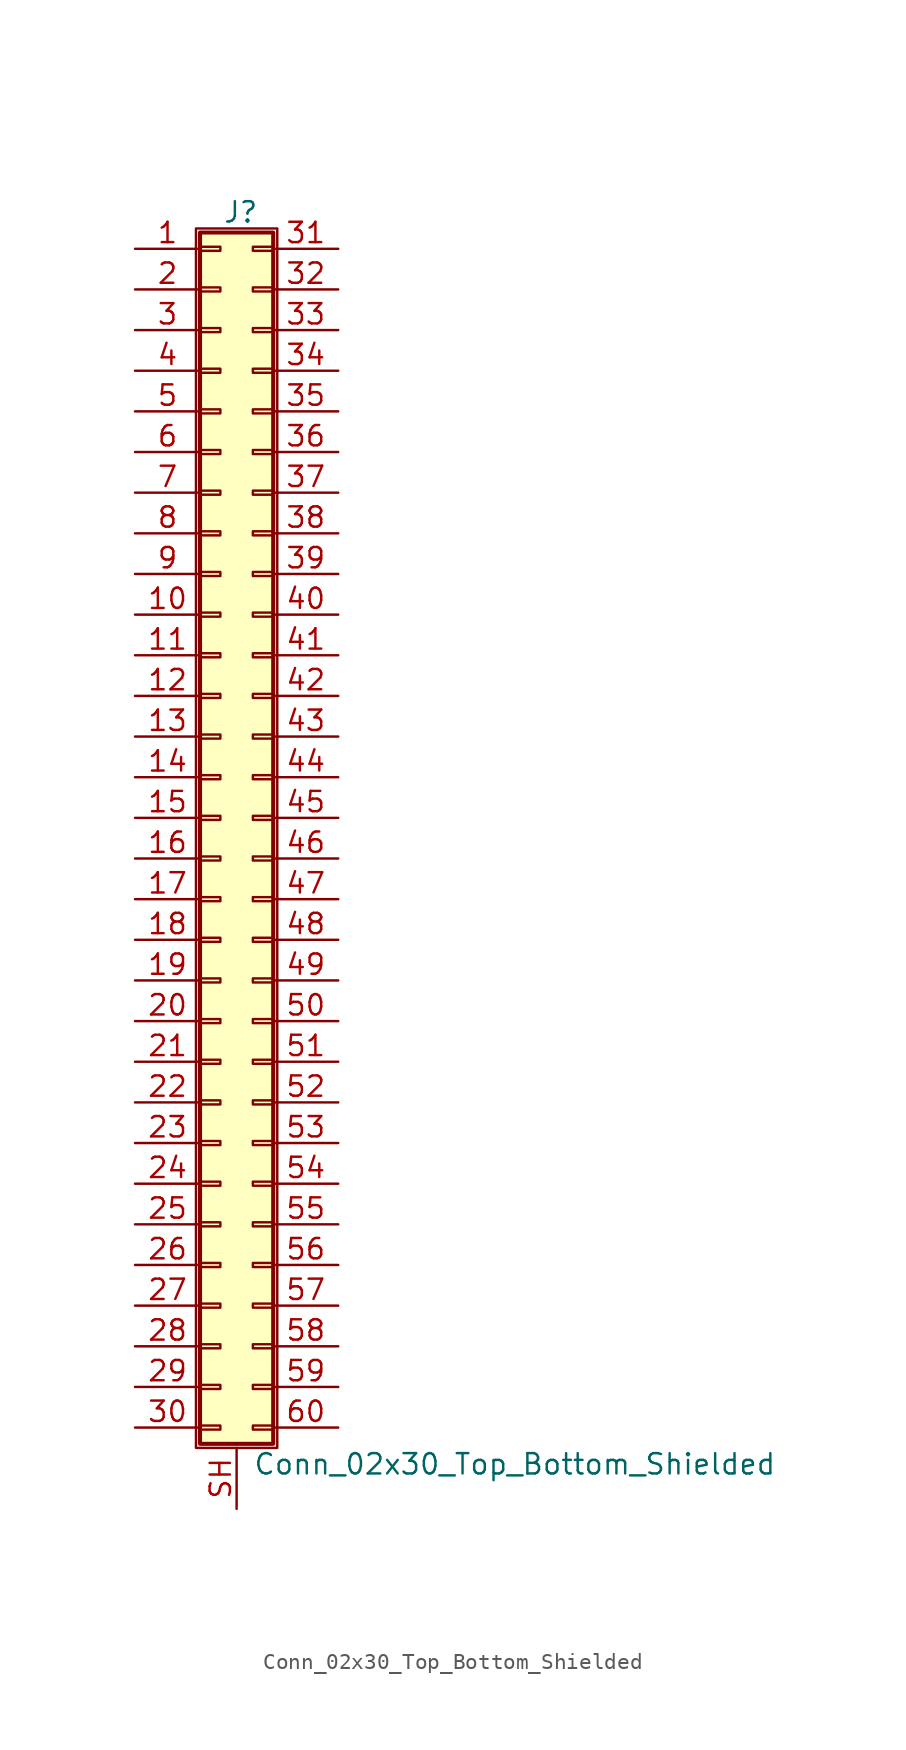
<source format=kicad_sym>
(kicad_symbol_lib
  (version 20220914)
  (generator kicad_symbol_editor)
  (symbol "Conn_02x30_Top_Bottom_Shielded"
    (pin_names
      (offset 1.016) hide)
    (property "Reference" "J"
      (at 1.524 37.846 0)
      (effects (font (size 1.27 1.27))))
    (property "Value" "Conn_02x30_Top_Bottom_Shielded"
      (at 2.286 -40.386 0)
      (effects (font (size 1.27 1.27)) (justify left)))
    (symbol "Conn_02x30_Top_Bottom_Shielded_1_1"
      (rectangle (start -1.27 36.83) (end 3.81 -39.37) (stroke (width 0.152) (type default)) (fill (type none)))
      (rectangle (start -1.016 -37.973) (end 0.254 -38.227) (stroke (width 0.152) (type default)) (fill (type none)))
      (rectangle (start -1.016 -35.433) (end 0.254 -35.687) (stroke (width 0.152) (type default)) (fill (type none)))
      (rectangle (start -1.016 -32.893) (end 0.254 -33.147) (stroke (width 0.152) (type default)) (fill (type none)))
      (rectangle (start -1.016 -30.353) (end 0.254 -30.607) (stroke (width 0.152) (type default)) (fill (type none)))
      (rectangle (start -1.016 -27.813) (end 0.254 -28.067) (stroke (width 0.152) (type default)) (fill (type none)))
      (rectangle (start -1.016 -25.273) (end 0.254 -25.527) (stroke (width 0.152) (type default)) (fill (type none)))
      (rectangle (start -1.016 -22.733) (end 0.254 -22.987) (stroke (width 0.152) (type default)) (fill (type none)))
      (rectangle (start -1.016 -20.193) (end 0.254 -20.447) (stroke (width 0.152) (type default)) (fill (type none)))
      (rectangle (start -1.016 -17.653) (end 0.254 -17.907) (stroke (width 0.152) (type default)) (fill (type none)))
      (rectangle (start -1.016 -15.113) (end 0.254 -15.367) (stroke (width 0.152) (type default)) (fill (type none)))
      (rectangle (start -1.016 -12.573) (end 0.254 -12.827) (stroke (width 0.152) (type default)) (fill (type none)))
      (rectangle (start -1.016 -10.033) (end 0.254 -10.287) (stroke (width 0.152) (type default)) (fill (type none)))
      (rectangle (start -1.016 -7.493) (end 0.254 -7.747) (stroke (width 0.152) (type default)) (fill (type none)))
      (rectangle (start -1.016 -4.953) (end 0.254 -5.207) (stroke (width 0.152) (type default)) (fill (type none)))
      (rectangle (start -1.016 -2.413) (end 0.254 -2.667) (stroke (width 0.152) (type default)) (fill (type none)))
      (rectangle (start -1.016 0.127) (end 0.254 -0.127) (stroke (width 0.152) (type default)) (fill (type none)))
      (rectangle (start -1.016 2.667) (end 0.254 2.413) (stroke (width 0.152) (type default)) (fill (type none)))
      (rectangle (start -1.016 5.207) (end 0.254 4.953) (stroke (width 0.152) (type default)) (fill (type none)))
      (rectangle (start -1.016 7.747) (end 0.254 7.493) (stroke (width 0.152) (type default)) (fill (type none)))
      (rectangle (start -1.016 10.287) (end 0.254 10.033) (stroke (width 0.152) (type default)) (fill (type none)))
      (rectangle (start -1.016 12.827) (end 0.254 12.573) (stroke (width 0.152) (type default)) (fill (type none)))
      (rectangle (start -1.016 15.367) (end 0.254 15.113) (stroke (width 0.152) (type default)) (fill (type none)))
      (rectangle (start -1.016 17.907) (end 0.254 17.653) (stroke (width 0.152) (type default)) (fill (type none)))
      (rectangle (start -1.016 20.447) (end 0.254 20.193) (stroke (width 0.152) (type default)) (fill (type none)))
      (rectangle (start -1.016 22.987) (end 0.254 22.733) (stroke (width 0.152) (type default)) (fill (type none)))
      (rectangle (start -1.016 25.527) (end 0.254 25.273) (stroke (width 0.152) (type default)) (fill (type none)))
      (rectangle (start -1.016 28.067) (end 0.254 27.813) (stroke (width 0.152) (type default)) (fill (type none)))
      (rectangle (start -1.016 30.607) (end 0.254 30.353) (stroke (width 0.152) (type default)) (fill (type none)))
      (rectangle (start -1.016 33.147) (end 0.254 32.893) (stroke (width 0.152) (type default)) (fill (type none)))
      (rectangle (start -1.016 35.687) (end 0.254 35.433) (stroke (width 0.152) (type default)) (fill (type none)))
      (rectangle (start -1.016 36.576) (end 3.556 -39.116) (stroke (width 0.254) (type default)) (fill (type background)))
      (rectangle (start 3.556 -37.973) (end 2.286 -38.227) (stroke (width 0.152) (type default)) (fill (type none)))
      (rectangle (start 3.556 -35.433) (end 2.286 -35.687) (stroke (width 0.152) (type default)) (fill (type none)))
      (rectangle (start 3.556 -32.893) (end 2.286 -33.147) (stroke (width 0.152) (type default)) (fill (type none)))
      (rectangle (start 3.556 -30.353) (end 2.286 -30.607) (stroke (width 0.152) (type default)) (fill (type none)))
      (rectangle (start 3.556 -27.813) (end 2.286 -28.067) (stroke (width 0.152) (type default)) (fill (type none)))
      (rectangle (start 3.556 -25.273) (end 2.286 -25.527) (stroke (width 0.152) (type default)) (fill (type none)))
      (rectangle (start 3.556 -22.733) (end 2.286 -22.987) (stroke (width 0.152) (type default)) (fill (type none)))
      (rectangle (start 3.556 -20.193) (end 2.286 -20.447) (stroke (width 0.152) (type default)) (fill (type none)))
      (rectangle (start 3.556 -17.653) (end 2.286 -17.907) (stroke (width 0.152) (type default)) (fill (type none)))
      (rectangle (start 3.556 -15.113) (end 2.286 -15.367) (stroke (width 0.152) (type default)) (fill (type none)))
      (rectangle (start 3.556 -12.573) (end 2.286 -12.827) (stroke (width 0.152) (type default)) (fill (type none)))
      (rectangle (start 3.556 -10.033) (end 2.286 -10.287) (stroke (width 0.152) (type default)) (fill (type none)))
      (rectangle (start 3.556 -7.493) (end 2.286 -7.747) (stroke (width 0.152) (type default)) (fill (type none)))
      (rectangle (start 3.556 -4.953) (end 2.286 -5.207) (stroke (width 0.152) (type default)) (fill (type none)))
      (rectangle (start 3.556 -2.413) (end 2.286 -2.667) (stroke (width 0.152) (type default)) (fill (type none)))
      (rectangle (start 3.556 0.127) (end 2.286 -0.127) (stroke (width 0.152) (type default)) (fill (type none)))
      (rectangle (start 3.556 2.667) (end 2.286 2.413) (stroke (width 0.152) (type default)) (fill (type none)))
      (rectangle (start 3.556 5.207) (end 2.286 4.953) (stroke (width 0.152) (type default)) (fill (type none)))
      (rectangle (start 3.556 7.747) (end 2.286 7.493) (stroke (width 0.152) (type default)) (fill (type none)))
      (rectangle (start 3.556 10.287) (end 2.286 10.033) (stroke (width 0.152) (type default)) (fill (type none)))
      (rectangle (start 3.556 12.827) (end 2.286 12.573) (stroke (width 0.152) (type default)) (fill (type none)))
      (rectangle (start 3.556 15.367) (end 2.286 15.113) (stroke (width 0.152) (type default)) (fill (type none)))
      (rectangle (start 3.556 17.907) (end 2.286 17.653) (stroke (width 0.152) (type default)) (fill (type none)))
      (rectangle (start 3.556 20.447) (end 2.286 20.193) (stroke (width 0.152) (type default)) (fill (type none)))
      (rectangle (start 3.556 22.987) (end 2.286 22.733) (stroke (width 0.152) (type default)) (fill (type none)))
      (rectangle (start 3.556 25.527) (end 2.286 25.273) (stroke (width 0.152) (type default)) (fill (type none)))
      (rectangle (start 3.556 28.067) (end 2.286 27.813) (stroke (width 0.152) (type default)) (fill (type none)))
      (rectangle (start 3.556 30.607) (end 2.286 30.353) (stroke (width 0.152) (type default)) (fill (type none)))
      (rectangle (start 3.556 33.147) (end 2.286 32.893) (stroke (width 0.152) (type default)) (fill (type none)))
      (rectangle (start 3.556 35.687) (end 2.286 35.433) (stroke (width 0.152) (type default)) (fill (type none)))
      (pin passive line (at -5.08 35.56 0) (length 4.064) (name "Pin_1" (effects (font (size 1.27 1.27)))) (number "1" (effects (font (size 1.27 1.27)))))
      (pin passive line (at -5.08 12.7 0) (length 4.064) (name "Pin_10" (effects (font (size 1.27 1.27)))) (number "10" (effects (font (size 1.27 1.27)))))
      (pin passive line (at -5.08 10.16 0) (length 4.064) (name "Pin_11" (effects (font (size 1.27 1.27)))) (number "11" (effects (font (size 1.27 1.27)))))
      (pin passive line (at -5.08 7.62 0) (length 4.064) (name "Pin_12" (effects (font (size 1.27 1.27)))) (number "12" (effects (font (size 1.27 1.27)))))
      (pin passive line (at -5.08 5.08 0) (length 4.064) (name "Pin_13" (effects (font (size 1.27 1.27)))) (number "13" (effects (font (size 1.27 1.27)))))
      (pin passive line (at -5.08 2.54 0) (length 4.064) (name "Pin_14" (effects (font (size 1.27 1.27)))) (number "14" (effects (font (size 1.27 1.27)))))
      (pin passive line (at -5.08 0 0) (length 4.064) (name "Pin_15" (effects (font (size 1.27 1.27)))) (number "15" (effects (font (size 1.27 1.27)))))
      (pin passive line (at -5.08 -2.54 0) (length 4.064) (name "Pin_16" (effects (font (size 1.27 1.27)))) (number "16" (effects (font (size 1.27 1.27)))))
      (pin passive line (at -5.08 -5.08 0) (length 4.064) (name "Pin_17" (effects (font (size 1.27 1.27)))) (number "17" (effects (font (size 1.27 1.27)))))
      (pin passive line (at -5.08 -7.62 0) (length 4.064) (name "Pin_18" (effects (font (size 1.27 1.27)))) (number "18" (effects (font (size 1.27 1.27)))))
      (pin passive line (at -5.08 -10.16 0) (length 4.064) (name "Pin_19" (effects (font (size 1.27 1.27)))) (number "19" (effects (font (size 1.27 1.27)))))
      (pin passive line (at -5.08 33.02 0) (length 4.064) (name "Pin_2" (effects (font (size 1.27 1.27)))) (number "2" (effects (font (size 1.27 1.27)))))
      (pin passive line (at -5.08 -12.7 0) (length 4.064) (name "Pin_20" (effects (font (size 1.27 1.27)))) (number "20" (effects (font (size 1.27 1.27)))))
      (pin passive line (at -5.08 -15.24 0) (length 4.064) (name "Pin_21" (effects (font (size 1.27 1.27)))) (number "21" (effects (font (size 1.27 1.27)))))
      (pin passive line (at -5.08 -17.78 0) (length 4.064) (name "Pin_22" (effects (font (size 1.27 1.27)))) (number "22" (effects (font (size 1.27 1.27)))))
      (pin passive line (at -5.08 -20.32 0) (length 4.064) (name "Pin_23" (effects (font (size 1.27 1.27)))) (number "23" (effects (font (size 1.27 1.27)))))
      (pin passive line (at -5.08 -22.86 0) (length 4.064) (name "Pin_24" (effects (font (size 1.27 1.27)))) (number "24" (effects (font (size 1.27 1.27)))))
      (pin passive line (at -5.08 -25.4 0) (length 4.064) (name "Pin_25" (effects (font (size 1.27 1.27)))) (number "25" (effects (font (size 1.27 1.27)))))
      (pin passive line (at -5.08 -27.94 0) (length 4.064) (name "Pin_26" (effects (font (size 1.27 1.27)))) (number "26" (effects (font (size 1.27 1.27)))))
      (pin passive line (at -5.08 -30.48 0) (length 4.064) (name "Pin_27" (effects (font (size 1.27 1.27)))) (number "27" (effects (font (size 1.27 1.27)))))
      (pin passive line (at -5.08 -33.02 0) (length 4.064) (name "Pin_28" (effects (font (size 1.27 1.27)))) (number "28" (effects (font (size 1.27 1.27)))))
      (pin passive line (at -5.08 -35.56 0) (length 4.064) (name "Pin_29" (effects (font (size 1.27 1.27)))) (number "29" (effects (font (size 1.27 1.27)))))
      (pin passive line (at -5.08 30.48 0) (length 4.064) (name "Pin_3" (effects (font (size 1.27 1.27)))) (number "3" (effects (font (size 1.27 1.27)))))
      (pin passive line (at -5.08 -38.1 0) (length 4.064) (name "Pin_30" (effects (font (size 1.27 1.27)))) (number "30" (effects (font (size 1.27 1.27)))))
      (pin passive line (at 7.62 35.56 180) (length 4.064) (name "Pin_31" (effects (font (size 1.27 1.27)))) (number "31" (effects (font (size 1.27 1.27)))))
      (pin passive line (at 7.62 33.02 180) (length 4.064) (name "Pin_32" (effects (font (size 1.27 1.27)))) (number "32" (effects (font (size 1.27 1.27)))))
      (pin passive line (at 7.62 30.48 180) (length 4.064) (name "Pin_33" (effects (font (size 1.27 1.27)))) (number "33" (effects (font (size 1.27 1.27)))))
      (pin passive line (at 7.62 27.94 180) (length 4.064) (name "Pin_34" (effects (font (size 1.27 1.27)))) (number "34" (effects (font (size 1.27 1.27)))))
      (pin passive line (at 7.62 25.4 180) (length 4.064) (name "Pin_35" (effects (font (size 1.27 1.27)))) (number "35" (effects (font (size 1.27 1.27)))))
      (pin passive line (at 7.62 22.86 180) (length 4.064) (name "Pin_36" (effects (font (size 1.27 1.27)))) (number "36" (effects (font (size 1.27 1.27)))))
      (pin passive line (at 7.62 20.32 180) (length 4.064) (name "Pin_37" (effects (font (size 1.27 1.27)))) (number "37" (effects (font (size 1.27 1.27)))))
      (pin passive line (at 7.62 17.78 180) (length 4.064) (name "Pin_38" (effects (font (size 1.27 1.27)))) (number "38" (effects (font (size 1.27 1.27)))))
      (pin passive line (at 7.62 15.24 180) (length 4.064) (name "Pin_39" (effects (font (size 1.27 1.27)))) (number "39" (effects (font (size 1.27 1.27)))))
      (pin passive line (at -5.08 27.94 0) (length 4.064) (name "Pin_4" (effects (font (size 1.27 1.27)))) (number "4" (effects (font (size 1.27 1.27)))))
      (pin passive line (at 7.62 12.7 180) (length 4.064) (name "Pin_40" (effects (font (size 1.27 1.27)))) (number "40" (effects (font (size 1.27 1.27)))))
      (pin passive line (at 7.62 10.16 180) (length 4.064) (name "Pin_41" (effects (font (size 1.27 1.27)))) (number "41" (effects (font (size 1.27 1.27)))))
      (pin passive line (at 7.62 7.62 180) (length 4.064) (name "Pin_42" (effects (font (size 1.27 1.27)))) (number "42" (effects (font (size 1.27 1.27)))))
      (pin passive line (at 7.62 5.08 180) (length 4.064) (name "Pin_43" (effects (font (size 1.27 1.27)))) (number "43" (effects (font (size 1.27 1.27)))))
      (pin passive line (at 7.62 2.54 180) (length 4.064) (name "Pin_44" (effects (font (size 1.27 1.27)))) (number "44" (effects (font (size 1.27 1.27)))))
      (pin passive line (at 7.62 0 180) (length 4.064) (name "Pin_45" (effects (font (size 1.27 1.27)))) (number "45" (effects (font (size 1.27 1.27)))))
      (pin passive line (at 7.62 -2.54 180) (length 4.064) (name "Pin_46" (effects (font (size 1.27 1.27)))) (number "46" (effects (font (size 1.27 1.27)))))
      (pin passive line (at 7.62 -5.08 180) (length 4.064) (name "Pin_47" (effects (font (size 1.27 1.27)))) (number "47" (effects (font (size 1.27 1.27)))))
      (pin passive line (at 7.62 -7.62 180) (length 4.064) (name "Pin_48" (effects (font (size 1.27 1.27)))) (number "48" (effects (font (size 1.27 1.27)))))
      (pin passive line (at 7.62 -10.16 180) (length 4.064) (name "Pin_49" (effects (font (size 1.27 1.27)))) (number "49" (effects (font (size 1.27 1.27)))))
      (pin passive line (at -5.08 25.4 0) (length 4.064) (name "Pin_5" (effects (font (size 1.27 1.27)))) (number "5" (effects (font (size 1.27 1.27)))))
      (pin passive line (at 7.62 -12.7 180) (length 4.064) (name "Pin_50" (effects (font (size 1.27 1.27)))) (number "50" (effects (font (size 1.27 1.27)))))
      (pin passive line (at 7.62 -15.24 180) (length 4.064) (name "Pin_51" (effects (font (size 1.27 1.27)))) (number "51" (effects (font (size 1.27 1.27)))))
      (pin passive line (at 7.62 -17.78 180) (length 4.064) (name "Pin_52" (effects (font (size 1.27 1.27)))) (number "52" (effects (font (size 1.27 1.27)))))
      (pin passive line (at 7.62 -20.32 180) (length 4.064) (name "Pin_53" (effects (font (size 1.27 1.27)))) (number "53" (effects (font (size 1.27 1.27)))))
      (pin passive line (at 7.62 -22.86 180) (length 4.064) (name "Pin_54" (effects (font (size 1.27 1.27)))) (number "54" (effects (font (size 1.27 1.27)))))
      (pin passive line (at 7.62 -25.4 180) (length 4.064) (name "Pin_55" (effects (font (size 1.27 1.27)))) (number "55" (effects (font (size 1.27 1.27)))))
      (pin passive line (at 7.62 -27.94 180) (length 4.064) (name "Pin_56" (effects (font (size 1.27 1.27)))) (number "56" (effects (font (size 1.27 1.27)))))
      (pin passive line (at 7.62 -30.48 180) (length 4.064) (name "Pin_57" (effects (font (size 1.27 1.27)))) (number "57" (effects (font (size 1.27 1.27)))))
      (pin passive line (at 7.62 -33.02 180) (length 4.064) (name "Pin_58" (effects (font (size 1.27 1.27)))) (number "58" (effects (font (size 1.27 1.27)))))
      (pin passive line (at 7.62 -35.56 180) (length 4.064) (name "Pin_59" (effects (font (size 1.27 1.27)))) (number "59" (effects (font (size 1.27 1.27)))))
      (pin passive line (at -5.08 22.86 0) (length 4.064) (name "Pin_6" (effects (font (size 1.27 1.27)))) (number "6" (effects (font (size 1.27 1.27)))))
      (pin passive line (at 7.62 -38.1 180) (length 4.064) (name "Pin_60" (effects (font (size 1.27 1.27)))) (number "60" (effects (font (size 1.27 1.27)))))
      (pin passive line (at -5.08 20.32 0) (length 4.064) (name "Pin_7" (effects (font (size 1.27 1.27)))) (number "7" (effects (font (size 1.27 1.27)))))
      (pin passive line (at -5.08 17.78 0) (length 4.064) (name "Pin_8" (effects (font (size 1.27 1.27)))) (number "8" (effects (font (size 1.27 1.27)))))
      (pin passive line (at -5.08 15.24 0) (length 4.064) (name "Pin_9" (effects (font (size 1.27 1.27)))) (number "9" (effects (font (size 1.27 1.27)))))
      (pin passive line (at 1.27 -43.18 90) (length 3.81) (name "Shield" (effects (font (size 1.27 1.27)))) (number "SH" (effects (font (size 1.27 1.27))))))))
</source>
